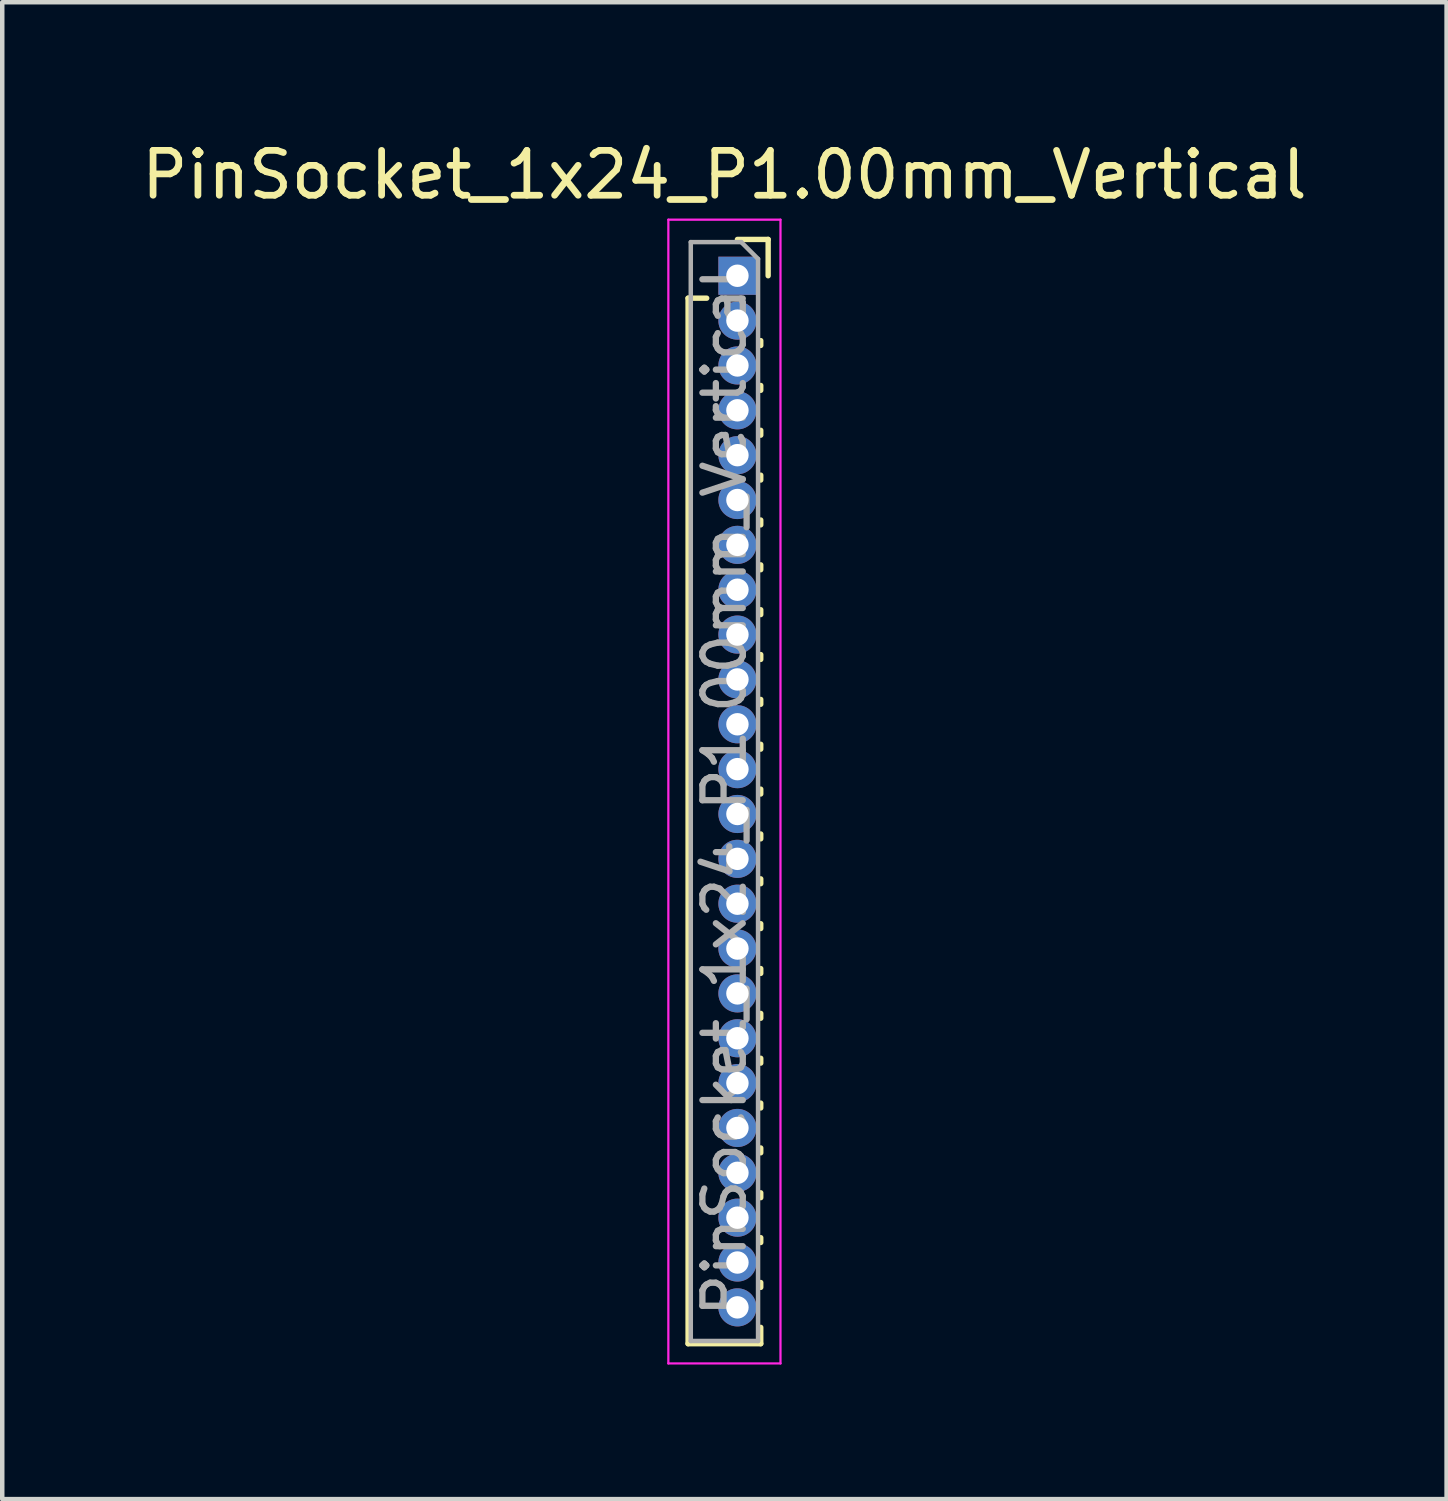
<source format=kicad_pcb>
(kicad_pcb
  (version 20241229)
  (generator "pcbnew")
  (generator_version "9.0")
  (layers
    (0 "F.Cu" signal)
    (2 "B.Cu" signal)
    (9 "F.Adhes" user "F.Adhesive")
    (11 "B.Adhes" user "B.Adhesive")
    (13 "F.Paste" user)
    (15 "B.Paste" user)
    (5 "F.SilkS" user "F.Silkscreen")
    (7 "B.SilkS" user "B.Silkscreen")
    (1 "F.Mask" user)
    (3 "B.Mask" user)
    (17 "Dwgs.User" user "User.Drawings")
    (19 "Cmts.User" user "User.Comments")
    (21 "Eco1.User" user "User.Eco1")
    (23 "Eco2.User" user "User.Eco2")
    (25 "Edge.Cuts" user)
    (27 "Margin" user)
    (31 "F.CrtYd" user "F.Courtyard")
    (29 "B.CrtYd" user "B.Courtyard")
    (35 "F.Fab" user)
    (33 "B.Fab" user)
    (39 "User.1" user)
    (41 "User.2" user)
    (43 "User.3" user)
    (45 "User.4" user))
  (footprint "PinSocket_1x24_P1.00mm_Vertical"
    (layer "F.Cu")
    (at 13.391 3.098)
    (property "Reference" "PinSocket_1x24_P1.00mm_Vertical" (at -0.29 -2.25 0) (layer "F.SilkS") (effects (font (size 1 1) (thickness 0.15))))
    (attr through_hole)
    (fp_line (start -1.1 0.5) (end -1.1 23.81) (stroke (width 0.12) (type solid)) (layer "F.SilkS"))
    (fp_line (start -1.1 0.5) (end -0.685 0.5) (stroke (width 0.12) (type solid)) (layer "F.SilkS"))
    (fp_line (start -1.1 23.81) (end 0.52 23.81) (stroke (width 0.12) (type solid)) (layer "F.SilkS"))
    (fp_line (start 0 -0.81) (end 0.685 -0.81) (stroke (width 0.12) (type solid)) (layer "F.SilkS"))
    (fp_line (start 0.52 1.446) (end 0.52 1.554) (stroke (width 0.12) (type solid)) (layer "F.SilkS"))
    (fp_line (start 0.52 2.446) (end 0.52 2.554) (stroke (width 0.12) (type solid)) (layer "F.SilkS"))
    (fp_line (start 0.52 3.446) (end 0.52 3.554) (stroke (width 0.12) (type solid)) (layer "F.SilkS"))
    (fp_line (start 0.52 4.446) (end 0.52 4.554) (stroke (width 0.12) (type solid)) (layer "F.SilkS"))
    (fp_line (start 0.52 5.446) (end 0.52 5.554) (stroke (width 0.12) (type solid)) (layer "F.SilkS"))
    (fp_line (start 0.52 6.446) (end 0.52 6.554) (stroke (width 0.12) (type solid)) (layer "F.SilkS"))
    (fp_line (start 0.52 7.446) (end 0.52 7.554) (stroke (width 0.12) (type solid)) (layer "F.SilkS"))
    (fp_line (start 0.52 8.446) (end 0.52 8.554) (stroke (width 0.12) (type solid)) (layer "F.SilkS"))
    (fp_line (start 0.52 9.446) (end 0.52 9.554) (stroke (width 0.12) (type solid)) (layer "F.SilkS"))
    (fp_line (start 0.52 10.446) (end 0.52 10.554) (stroke (width 0.12) (type solid)) (layer "F.SilkS"))
    (fp_line (start 0.52 11.446) (end 0.52 11.554) (stroke (width 0.12) (type solid)) (layer "F.SilkS"))
    (fp_line (start 0.52 12.446) (end 0.52 12.554) (stroke (width 0.12) (type solid)) (layer "F.SilkS"))
    (fp_line (start 0.52 13.446) (end 0.52 13.554) (stroke (width 0.12) (type solid)) (layer "F.SilkS"))
    (fp_line (start 0.52 14.446) (end 0.52 14.554) (stroke (width 0.12) (type solid)) (layer "F.SilkS"))
    (fp_line (start 0.52 15.446) (end 0.52 15.554) (stroke (width 0.12) (type solid)) (layer "F.SilkS"))
    (fp_line (start 0.52 16.446) (end 0.52 16.554) (stroke (width 0.12) (type solid)) (layer "F.SilkS"))
    (fp_line (start 0.52 17.446) (end 0.52 17.554) (stroke (width 0.12) (type solid)) (layer "F.SilkS"))
    (fp_line (start 0.52 18.446) (end 0.52 18.554) (stroke (width 0.12) (type solid)) (layer "F.SilkS"))
    (fp_line (start 0.52 19.446) (end 0.52 19.554) (stroke (width 0.12) (type solid)) (layer "F.SilkS"))
    (fp_line (start 0.52 20.446) (end 0.52 20.554) (stroke (width 0.12) (type solid)) (layer "F.SilkS"))
    (fp_line (start 0.52 21.446) (end 0.52 21.554) (stroke (width 0.12) (type solid)) (layer "F.SilkS"))
    (fp_line (start 0.52 22.446) (end 0.52 22.554) (stroke (width 0.12) (type solid)) (layer "F.SilkS"))
    (fp_line (start 0.52 23.446) (end 0.52 23.81) (stroke (width 0.12) (type solid)) (layer "F.SilkS"))
    (fp_line (start 0.685 -0.81) (end 0.685 0) (stroke (width 0.12) (type solid)) (layer "F.SilkS"))
    (fp_line (start -1.54 -1.25) (end 0.96 -1.25) (stroke (width 0.05) (type solid)) (layer "F.CrtYd"))
    (fp_line (start -1.54 24.25) (end -1.54 -1.25) (stroke (width 0.05) (type solid)) (layer "F.CrtYd"))
    (fp_line (start 0.96 -1.25) (end 0.96 24.25) (stroke (width 0.05) (type solid)) (layer "F.CrtYd"))
    (fp_line (start 0.96 24.25) (end -1.54 24.25) (stroke (width 0.05) (type solid)) (layer "F.CrtYd"))
    (fp_line (start -1.04 -0.75) (end 0.085 -0.75) (stroke (width 0.1) (type solid)) (layer "F.Fab"))
    (fp_line (start -1.04 23.75) (end -1.04 -0.75) (stroke (width 0.1) (type solid)) (layer "F.Fab"))
    (fp_line (start 0.085 -0.75) (end 0.46 -0.375) (stroke (width 0.1) (type solid)) (layer "F.Fab"))
    (fp_line (start 0.46 -0.375) (end 0.46 23.75) (stroke (width 0.1) (type solid)) (layer "F.Fab"))
    (fp_line (start 0.46 23.75) (end -1.04 23.75) (stroke (width 0.1) (type solid)) (layer "F.Fab"))
    (fp_text user "${REFERENCE}" (at -0.29 11.5 90) (layer "F.Fab") (effects (font (size 0.9 0.9) (thickness 0.14))))
    (pad "1" thru_hole rect (at 0 0) (size 0.85 0.85) (drill 0.5) (layers "*.Cu" "*.Mask"))
    (pad "2" thru_hole circle (at 0 1) (size 0.85 0.85) (drill 0.5) (layers "*.Cu" "*.Mask"))
    (pad "3" thru_hole circle (at 0 2) (size 0.85 0.85) (drill 0.5) (layers "*.Cu" "*.Mask"))
    (pad "4" thru_hole circle (at 0 3) (size 0.85 0.85) (drill 0.5) (layers "*.Cu" "*.Mask"))
    (pad "5" thru_hole circle (at 0 4) (size 0.85 0.85) (drill 0.5) (layers "*.Cu" "*.Mask"))
    (pad "6" thru_hole circle (at 0 5) (size 0.85 0.85) (drill 0.5) (layers "*.Cu" "*.Mask"))
    (pad "7" thru_hole circle (at 0 6) (size 0.85 0.85) (drill 0.5) (layers "*.Cu" "*.Mask"))
    (pad "8" thru_hole circle (at 0 7) (size 0.85 0.85) (drill 0.5) (layers "*.Cu" "*.Mask"))
    (pad "9" thru_hole circle (at 0 8) (size 0.85 0.85) (drill 0.5) (layers "*.Cu" "*.Mask"))
    (pad "10" thru_hole circle (at 0 9) (size 0.85 0.85) (drill 0.5) (layers "*.Cu" "*.Mask"))
    (pad "11" thru_hole circle (at 0 10) (size 0.85 0.85) (drill 0.5) (layers "*.Cu" "*.Mask"))
    (pad "12" thru_hole circle (at 0 11) (size 0.85 0.85) (drill 0.5) (layers "*.Cu" "*.Mask"))
    (pad "13" thru_hole circle (at 0 12) (size 0.85 0.85) (drill 0.5) (layers "*.Cu" "*.Mask"))
    (pad "14" thru_hole circle (at 0 13) (size 0.85 0.85) (drill 0.5) (layers "*.Cu" "*.Mask"))
    (pad "15" thru_hole circle (at 0 14) (size 0.85 0.85) (drill 0.5) (layers "*.Cu" "*.Mask"))
    (pad "16" thru_hole circle (at 0 15) (size 0.85 0.85) (drill 0.5) (layers "*.Cu" "*.Mask"))
    (pad "17" thru_hole circle (at 0 16) (size 0.85 0.85) (drill 0.5) (layers "*.Cu" "*.Mask"))
    (pad "18" thru_hole circle (at 0 17) (size 0.85 0.85) (drill 0.5) (layers "*.Cu" "*.Mask"))
    (pad "19" thru_hole circle (at 0 18) (size 0.85 0.85) (drill 0.5) (layers "*.Cu" "*.Mask"))
    (pad "20" thru_hole circle (at 0 19) (size 0.85 0.85) (drill 0.5) (layers "*.Cu" "*.Mask"))
    (pad "21" thru_hole circle (at 0 20) (size 0.85 0.85) (drill 0.5) (layers "*.Cu" "*.Mask"))
    (pad "22" thru_hole circle (at 0 21) (size 0.85 0.85) (drill 0.5) (layers "*.Cu" "*.Mask"))
    (pad "23" thru_hole circle (at 0 22) (size 0.85 0.85) (drill 0.5) (layers "*.Cu" "*.Mask"))
    (pad "24" thru_hole circle (at 0 23) (size 0.85 0.85) (drill 0.5) (layers "*.Cu" "*.Mask")))
  (gr_rect
    (start -3 -3)
    (end 29.202 30.373)
    (stroke (width 0.1) (type default))
    (fill no)
    (layer "Edge.Cuts")))
</source>
